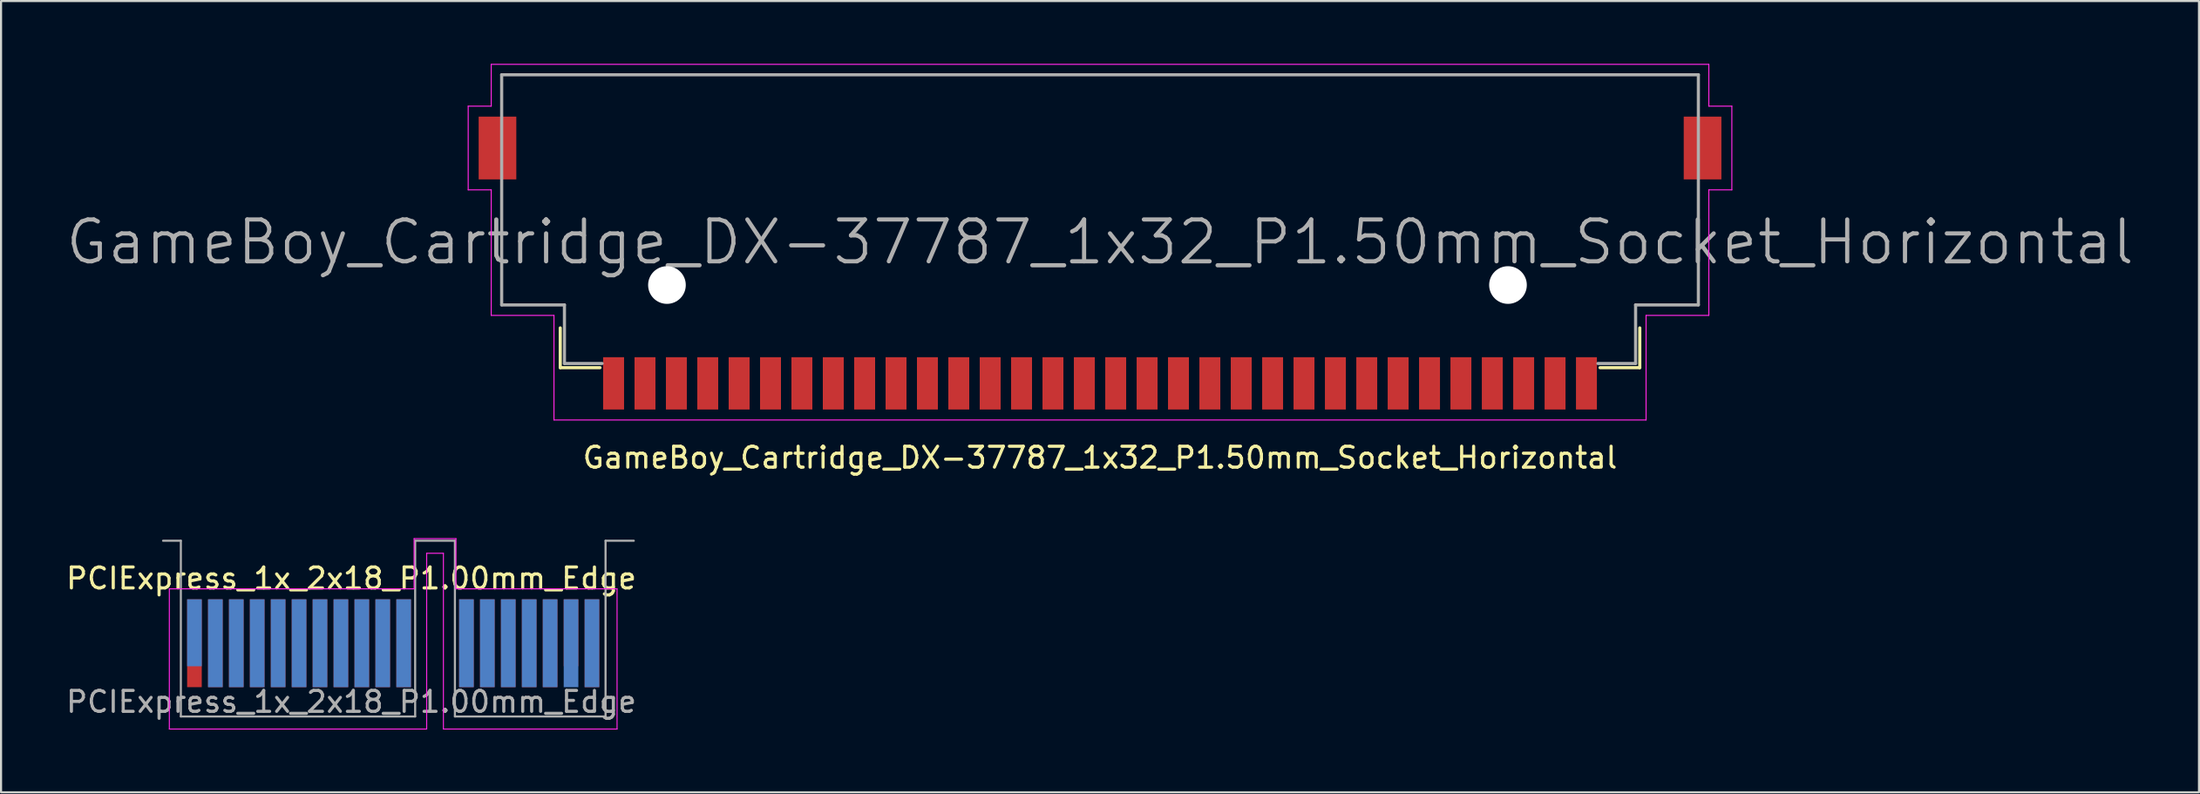
<source format=kicad_pcb>
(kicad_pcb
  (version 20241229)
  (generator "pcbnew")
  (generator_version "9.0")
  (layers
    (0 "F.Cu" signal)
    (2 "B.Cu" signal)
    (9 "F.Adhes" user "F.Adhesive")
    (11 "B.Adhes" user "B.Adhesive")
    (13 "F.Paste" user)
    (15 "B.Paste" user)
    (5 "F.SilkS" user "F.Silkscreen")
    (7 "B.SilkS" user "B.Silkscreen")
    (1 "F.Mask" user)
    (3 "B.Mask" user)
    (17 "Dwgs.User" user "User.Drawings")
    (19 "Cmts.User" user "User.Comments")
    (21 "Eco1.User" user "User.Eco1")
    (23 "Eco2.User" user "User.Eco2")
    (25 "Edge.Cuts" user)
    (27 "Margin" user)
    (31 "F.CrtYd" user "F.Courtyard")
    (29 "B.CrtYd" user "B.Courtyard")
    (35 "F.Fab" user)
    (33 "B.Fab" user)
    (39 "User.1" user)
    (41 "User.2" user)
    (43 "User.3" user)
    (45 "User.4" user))
  (footprint "PCIExpress_1x_2x18_P1.00mm_Edge"
    (layer "F.Cu")
    (at 15.744 27.698)
    (property "Reference" "PCIExpress_1x_2x18_P1.00mm_Edge" (at -2 -3.1 0) (layer "F.SilkS") (effects (font (size 1 1) (thickness 0.15))))
    (attr exclude_from_pos_files exclude_from_bom)
    (fp_line (start -10.7 -2.6) (end -10.7 4.1) (stroke (width 0.05) (type solid)) (layer "F.CrtYd"))
    (fp_line (start -10.7 4.1) (end 1.6 4.1) (stroke (width 0.05) (type solid)) (layer "F.CrtYd"))
    (fp_line (start 1 -5) (end 1 -2.6) (stroke (width 0.05) (type solid)) (layer "F.CrtYd"))
    (fp_line (start 1 -2.6) (end -10.7 -2.6) (stroke (width 0.05) (type solid)) (layer "F.CrtYd"))
    (fp_line (start 1.6 -4.3) (end 2.4 -4.3) (stroke (width 0.05) (type solid)) (layer "F.CrtYd"))
    (fp_line (start 1.6 4.1) (end 1.6 -4.3) (stroke (width 0.05) (type solid)) (layer "F.CrtYd"))
    (fp_line (start 2.4 -4.3) (end 2.4 4.1) (stroke (width 0.05) (type solid)) (layer "F.CrtYd"))
    (fp_line (start 2.4 4.1) (end 10.7 4.1) (stroke (width 0.05) (type solid)) (layer "F.CrtYd"))
    (fp_line (start 3 -5) (end 1 -5) (stroke (width 0.05) (type solid)) (layer "F.CrtYd"))
    (fp_line (start 3 -2.6) (end 3 -5) (stroke (width 0.05) (type solid)) (layer "F.CrtYd"))
    (fp_line (start 10.7 -2.6) (end 3 -2.6) (stroke (width 0.05) (type solid)) (layer "F.CrtYd"))
    (fp_line (start 10.7 4.1) (end 10.7 -2.6) (stroke (width 0.05) (type solid)) (layer "F.CrtYd"))
    (fp_line (start -10.15 -4.9) (end -11 -4.9) (stroke (width 0.1) (type solid)) (layer "F.Fab"))
    (fp_line (start -10.15 -4.9) (end -10.15 3.5) (stroke (width 0.1) (type solid)) (layer "F.Fab"))
    (fp_line (start -10.15 3.5) (end 1.05 3.5) (stroke (width 0.1) (type solid)) (layer "F.Fab"))
    (fp_line (start 1.05 -4.9) (end 1.05 3.5) (stroke (width 0.1) (type solid)) (layer "F.Fab"))
    (fp_line (start 1.05 -4.9) (end 2.95 -4.9) (stroke (width 0.1) (type solid)) (layer "F.Fab"))
    (fp_line (start 2.95 -4.9) (end 2.95 3.5) (stroke (width 0.1) (type solid)) (layer "F.Fab"))
    (fp_line (start 2.95 3.5) (end 10.15 3.5) (stroke (width 0.1) (type solid)) (layer "F.Fab"))
    (fp_line (start 10.15 -4.9) (end 10.15 3.5) (stroke (width 0.1) (type solid)) (layer "F.Fab"))
    (fp_line (start 10.15 -4.9) (end 11.5 -4.9) (stroke (width 0.1) (type solid)) (layer "F.Fab"))
    (fp_text user "${REFERENCE}" (at -2 2.8 0) (layer "F.Fab") (effects (font (size 1 1) (thickness 0.15))))
    (pad "A1" connect rect (at -9.5 -0.5) (size 0.7 3.2) (layers "B.Cu" "B.Mask"))
    (pad "A2" connect rect (at -8.5 0) (size 0.7 4.2) (layers "B.Cu" "B.Mask"))
    (pad "A3" connect rect (at -7.5 0) (size 0.7 4.2) (layers "B.Cu" "B.Mask"))
    (pad "A4" connect rect (at -6.5 0) (size 0.7 4.2) (layers "B.Cu" "B.Mask"))
    (pad "A5" connect rect (at -5.5 0) (size 0.7 4.2) (layers "B.Cu" "B.Mask"))
    (pad "A6" connect rect (at -4.5 0) (size 0.7 4.2) (layers "B.Cu" "B.Mask"))
    (pad "A7" connect rect (at -3.5 0) (size 0.7 4.2) (layers "B.Cu" "B.Mask"))
    (pad "A8" connect rect (at -2.5 0) (size 0.7 4.2) (layers "B.Cu" "B.Mask"))
    (pad "A9" connect rect (at -1.5 0) (size 0.7 4.2) (layers "B.Cu" "B.Mask"))
    (pad "A10" connect rect (at -0.5 0) (size 0.7 4.2) (layers "B.Cu" "B.Mask"))
    (pad "A11" connect rect (at 0.5 0) (size 0.7 4.2) (layers "B.Cu" "B.Mask"))
    (pad "A12" connect rect (at 3.5 0) (size 0.7 4.2) (layers "B.Cu" "B.Mask"))
    (pad "A13" connect rect (at 4.5 0) (size 0.7 4.2) (layers "B.Cu" "B.Mask"))
    (pad "A14" connect rect (at 5.5 0) (size 0.7 4.2) (layers "B.Cu" "B.Mask"))
    (pad "A15" connect rect (at 6.5 0) (size 0.7 4.2) (layers "B.Cu" "B.Mask"))
    (pad "A16" connect rect (at 7.5 0) (size 0.7 4.2) (layers "B.Cu" "B.Mask"))
    (pad "A17" connect rect (at 8.5 0) (size 0.7 4.2) (layers "B.Cu" "B.Mask"))
    (pad "A18" connect rect (at 9.5 0) (size 0.7 4.2) (layers "B.Cu" "B.Mask"))
    (pad "B1" connect rect (at -9.5 0) (size 0.7 4.2) (layers "F.Cu" "F.Mask"))
    (pad "B2" connect rect (at -8.5 0) (size 0.7 4.2) (layers "F.Cu" "F.Mask"))
    (pad "B3" connect rect (at -7.5 0) (size 0.7 4.2) (layers "F.Cu" "F.Mask"))
    (pad "B4" connect rect (at -6.5 0) (size 0.7 4.2) (layers "F.Cu" "F.Mask"))
    (pad "B5" connect rect (at -5.5 0) (size 0.7 4.2) (layers "F.Cu" "F.Mask"))
    (pad "B6" connect rect (at -4.5 0) (size 0.7 4.2) (layers "F.Cu" "F.Mask"))
    (pad "B7" connect rect (at -3.5 0) (size 0.7 4.2) (layers "F.Cu" "F.Mask"))
    (pad "B8" connect rect (at -2.5 0) (size 0.7 4.2) (layers "F.Cu" "F.Mask"))
    (pad "B9" connect rect (at -1.5 0) (size 0.7 4.2) (layers "F.Cu" "F.Mask"))
    (pad "B10" connect rect (at -0.5 0) (size 0.7 4.2) (layers "F.Cu" "F.Mask"))
    (pad "B11" connect rect (at 0.5 0) (size 0.7 4.2) (layers "F.Cu" "F.Mask"))
    (pad "B12" connect rect (at 3.5 0) (size 0.7 4.2) (layers "F.Cu" "F.Mask"))
    (pad "B13" connect rect (at 4.5 0) (size 0.7 4.2) (layers "F.Cu" "F.Mask"))
    (pad "B14" connect rect (at 5.5 0) (size 0.7 4.2) (layers "F.Cu" "F.Mask"))
    (pad "B15" connect rect (at 6.5 0) (size 0.7 4.2) (layers "F.Cu" "F.Mask"))
    (pad "B16" connect rect (at 7.5 0) (size 0.7 4.2) (layers "F.Cu" "F.Mask"))
    (pad "B17" connect rect (at 8.5 -0.5) (size 0.7 3.2) (layers "F.Cu" "F.Mask"))
    (pad "B18" connect rect (at 9.5 0) (size 0.7 4.2) (layers "F.Cu" "F.Mask")))
  (footprint "GameBoy_Cartridge_DX-37787_1x32_P1.50mm_Socket_Horizontal"
    (layer "F.Cu")
    (at 49.529 9.525)
    (property "Reference" "GameBoy_Cartridge_DX-37787_1x32_P1.50mm_Socket_Horizontal" (at 0 9.3 180) (layer "F.SilkS") (effects (font (size 1 1) (thickness 0.15))))
    (attr smd)
    (fp_line (start -25.8 5) (end -25.8 3.1) (stroke (width 0.15) (type solid)) (layer "F.SilkS"))
    (fp_line (start -23.9 5) (end -25.8 5) (stroke (width 0.15) (type solid)) (layer "F.SilkS"))
    (fp_line (start 23.9 5) (end 25.8 5) (stroke (width 0.15) (type solid)) (layer "F.SilkS"))
    (fp_line (start 25.8 5) (end 25.8 3.1) (stroke (width 0.15) (type solid)) (layer "F.SilkS"))
    (fp_line (start -30.2 -7.5) (end -30.2 -3.5) (stroke (width 0.05) (type solid)) (layer "F.CrtYd"))
    (fp_line (start -30.2 -3.5) (end -29.1 -3.5) (stroke (width 0.05) (type solid)) (layer "F.CrtYd"))
    (fp_line (start -29.1 -9.5) (end -29.1 -7.5) (stroke (width 0.05) (type solid)) (layer "F.CrtYd"))
    (fp_line (start -29.1 -9.5) (end 29.1 -9.5) (stroke (width 0.05) (type solid)) (layer "F.CrtYd"))
    (fp_line (start -29.1 -7.5) (end -30.2 -7.5) (stroke (width 0.05) (type solid)) (layer "F.CrtYd"))
    (fp_line (start -29.1 -3.5) (end -29.1 2.5) (stroke (width 0.05) (type solid)) (layer "F.CrtYd"))
    (fp_line (start -29.1 2.5) (end -26.1 2.5) (stroke (width 0.05) (type solid)) (layer "F.CrtYd"))
    (fp_line (start -26.1 2.5) (end -26.1 7.5) (stroke (width 0.05) (type solid)) (layer "F.CrtYd"))
    (fp_line (start -26.1 7.5) (end 26.1 7.5) (stroke (width 0.05) (type solid)) (layer "F.CrtYd"))
    (fp_line (start 26.1 2.5) (end 29.1 2.5) (stroke (width 0.05) (type solid)) (layer "F.CrtYd"))
    (fp_line (start 26.1 7.5) (end 26.1 2.5) (stroke (width 0.05) (type solid)) (layer "F.CrtYd"))
    (fp_line (start 29.1 -7.5) (end 29.1 -9.5) (stroke (width 0.05) (type solid)) (layer "F.CrtYd"))
    (fp_line (start 29.1 -3.5) (end 30.2 -3.5) (stroke (width 0.05) (type solid)) (layer "F.CrtYd"))
    (fp_line (start 29.1 2.5) (end 29.1 -3.5) (stroke (width 0.05) (type solid)) (layer "F.CrtYd"))
    (fp_line (start 30.2 -7.5) (end 29.1 -7.5) (stroke (width 0.05) (type solid)) (layer "F.CrtYd"))
    (fp_line (start 30.2 -3.5) (end 30.2 -7.5) (stroke (width 0.05) (type solid)) (layer "F.CrtYd"))
    (fp_line (start -28.6 -9) (end 28.6 -9) (stroke (width 0.15) (type solid)) (layer "F.Fab"))
    (fp_line (start -28.6 2) (end -28.6 -9) (stroke (width 0.15) (type solid)) (layer "F.Fab"))
    (fp_line (start -25.6 2) (end -28.6 2) (stroke (width 0.15) (type solid)) (layer "F.Fab"))
    (fp_line (start -25.6 4.8) (end -25.6 2) (stroke (width 0.15) (type solid)) (layer "F.Fab"))
    (fp_line (start -23.8 4.8) (end -25.6 4.8) (stroke (width 0.15) (type solid)) (layer "F.Fab"))
    (fp_line (start 23.8 4.8) (end 25.6 4.8) (stroke (width 0.15) (type solid)) (layer "F.Fab"))
    (fp_line (start 25.6 2) (end 28.6 2) (stroke (width 0.15) (type solid)) (layer "F.Fab"))
    (fp_line (start 25.6 4.8) (end 25.6 2) (stroke (width 0.15) (type solid)) (layer "F.Fab"))
    (fp_line (start 28.6 2) (end 28.6 -9) (stroke (width 0.15) (type solid)) (layer "F.Fab"))
    (fp_text user "${REFERENCE}" (at 0 -1 0) (layer "F.Fab") (effects (font (size 2 2) (thickness 0.2))))
    (pad "" np_thru_hole circle (at -20.7 1.05) (size 1.8 1.8) (drill 1.8) (layers "*.Cu" "*.Mask"))
    (pad "" np_thru_hole circle (at 19.5 1.05) (size 1.8 1.8) (drill 1.8) (layers "*.Cu" "*.Mask"))
    (pad "1" smd rect (at -23.25 5.75) (size 1 2.5) (layers "F.Cu" "F.Mask" "F.Paste"))
    (pad "2" smd rect (at -21.75 5.75) (size 1 2.5) (layers "F.Cu" "F.Mask" "F.Paste"))
    (pad "3" smd rect (at -20.25 5.75) (size 1 2.5) (layers "F.Cu" "F.Mask" "F.Paste"))
    (pad "4" smd rect (at -18.75 5.75) (size 1 2.5) (layers "F.Cu" "F.Mask" "F.Paste"))
    (pad "5" smd rect (at -17.25 5.75) (size 1 2.5) (layers "F.Cu" "F.Mask" "F.Paste"))
    (pad "6" smd rect (at -15.75 5.75) (size 1 2.5) (layers "F.Cu" "F.Mask" "F.Paste"))
    (pad "7" smd rect (at -14.25 5.75) (size 1 2.5) (layers "F.Cu" "F.Mask" "F.Paste"))
    (pad "8" smd rect (at -12.75 5.75) (size 1 2.5) (layers "F.Cu" "F.Mask" "F.Paste"))
    (pad "9" smd rect (at -11.25 5.75) (size 1 2.5) (layers "F.Cu" "F.Mask" "F.Paste"))
    (pad "10" smd rect (at -9.75 5.75) (size 1 2.5) (layers "F.Cu" "F.Mask" "F.Paste"))
    (pad "11" smd rect (at -8.25 5.75) (size 1 2.5) (layers "F.Cu" "F.Mask" "F.Paste"))
    (pad "12" smd rect (at -6.75 5.75) (size 1 2.5) (layers "F.Cu" "F.Mask" "F.Paste"))
    (pad "13" smd rect (at -5.25 5.75) (size 1 2.5) (layers "F.Cu" "F.Mask" "F.Paste"))
    (pad "14" smd rect (at -3.75 5.75) (size 1 2.5) (layers "F.Cu" "F.Mask" "F.Paste"))
    (pad "15" smd rect (at -2.25 5.75) (size 1 2.5) (layers "F.Cu" "F.Mask" "F.Paste"))
    (pad "16" smd rect (at -0.75 5.75) (size 1 2.5) (layers "F.Cu" "F.Mask" "F.Paste"))
    (pad "17" smd rect (at 0.75 5.75) (size 1 2.5) (layers "F.Cu" "F.Mask" "F.Paste"))
    (pad "18" smd rect (at 2.25 5.75) (size 1 2.5) (layers "F.Cu" "F.Mask" "F.Paste"))
    (pad "19" smd rect (at 3.75 5.75) (size 1 2.5) (layers "F.Cu" "F.Mask" "F.Paste"))
    (pad "20" smd rect (at 5.25 5.75) (size 1 2.5) (layers "F.Cu" "F.Mask" "F.Paste"))
    (pad "21" smd rect (at 6.75 5.75) (size 1 2.5) (layers "F.Cu" "F.Mask" "F.Paste"))
    (pad "22" smd rect (at 8.25 5.75) (size 1 2.5) (layers "F.Cu" "F.Mask" "F.Paste"))
    (pad "23" smd rect (at 9.75 5.75) (size 1 2.5) (layers "F.Cu" "F.Mask" "F.Paste"))
    (pad "24" smd rect (at 11.25 5.75) (size 1 2.5) (layers "F.Cu" "F.Mask" "F.Paste"))
    (pad "25" smd rect (at 12.75 5.75) (size 1 2.5) (layers "F.Cu" "F.Mask" "F.Paste"))
    (pad "26" smd rect (at 14.25 5.75) (size 1 2.5) (layers "F.Cu" "F.Mask" "F.Paste"))
    (pad "27" smd rect (at 15.75 5.75) (size 1 2.5) (layers "F.Cu" "F.Mask" "F.Paste"))
    (pad "28" smd rect (at 17.25 5.75) (size 1 2.5) (layers "F.Cu" "F.Mask" "F.Paste"))
    (pad "29" smd rect (at 18.75 5.75) (size 1 2.5) (layers "F.Cu" "F.Mask" "F.Paste"))
    (pad "30" smd rect (at 20.25 5.75) (size 1 2.5) (layers "F.Cu" "F.Mask" "F.Paste"))
    (pad "31" smd rect (at 21.75 5.75) (size 1 2.5) (layers "F.Cu" "F.Mask" "F.Paste"))
    (pad "32" smd rect (at -28.8 -5.5) (size 1.8 3) (layers "F.Cu" "F.Mask" "F.Paste"))
    (pad "32" smd rect (at 23.25 5.75) (size 1 2.5) (layers "F.Cu" "F.Mask" "F.Paste"))
    (pad "32" smd rect (at 28.8 -5.5) (size 1.8 3) (layers "F.Cu" "F.Mask" "F.Paste")))
  (gr_rect
    (start -3 -3)
    (end 102.057 34.823)
    (stroke (width 0.1) (type default))
    (fill no)
    (layer "Edge.Cuts")))
</source>
